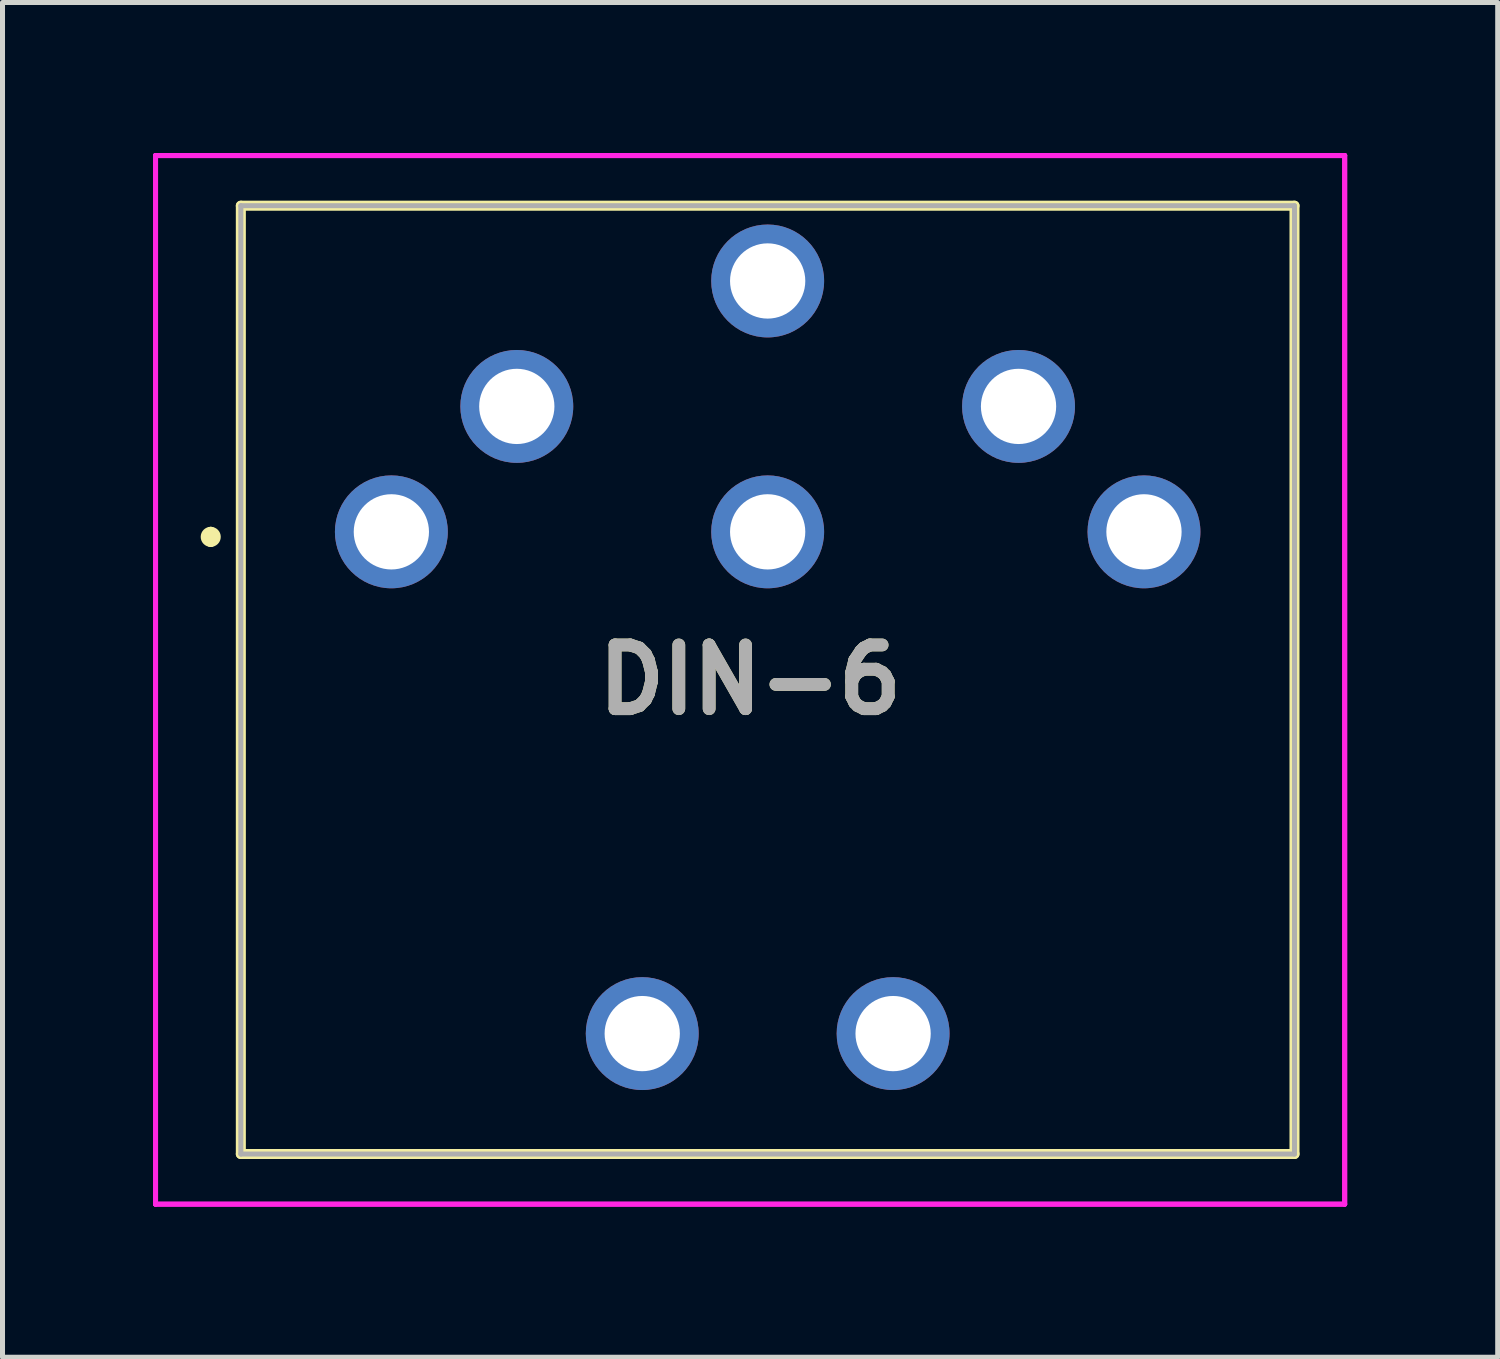
<source format=kicad_pcb>
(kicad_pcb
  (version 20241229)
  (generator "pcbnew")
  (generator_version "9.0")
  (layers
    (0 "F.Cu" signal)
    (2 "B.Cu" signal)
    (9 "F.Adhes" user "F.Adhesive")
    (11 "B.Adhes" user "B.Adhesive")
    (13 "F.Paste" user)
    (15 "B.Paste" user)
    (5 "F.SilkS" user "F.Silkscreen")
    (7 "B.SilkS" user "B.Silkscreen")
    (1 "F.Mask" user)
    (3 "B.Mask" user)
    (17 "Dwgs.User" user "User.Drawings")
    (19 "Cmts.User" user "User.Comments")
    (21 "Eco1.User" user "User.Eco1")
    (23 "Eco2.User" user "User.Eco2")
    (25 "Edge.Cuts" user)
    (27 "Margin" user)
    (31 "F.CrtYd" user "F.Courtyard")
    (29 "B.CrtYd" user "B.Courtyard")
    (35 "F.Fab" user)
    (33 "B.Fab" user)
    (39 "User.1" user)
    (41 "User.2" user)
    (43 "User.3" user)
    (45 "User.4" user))
  (footprint "DIN-6"
    (layer "F.Cu")
    (at 4.75 7.55)
    (property "Reference" "DIN-6" (at 7.15 2.95 0) (layer "F.SilkS") (effects (font (size 1.27 1.27) (thickness 0.254))))
    (attr through_hole)
    (fp_line (start -3.6 0) (end -3.6 0) (stroke (width 0.2) (type solid)) (layer "F.SilkS"))
    (fp_line (start -3.6 0.2) (end -3.6 0.2) (stroke (width 0.2) (type solid)) (layer "F.SilkS"))
    (fp_line (start -3 -6.5) (end 18 -6.5) (stroke (width 0.2) (type solid)) (layer "F.SilkS"))
    (fp_line (start -3 12.4) (end -3 -6.5) (stroke (width 0.2) (type solid)) (layer "F.SilkS"))
    (fp_line (start 18 -6.5) (end 18 12.4) (stroke (width 0.2) (type solid)) (layer "F.SilkS"))
    (fp_line (start 18 12.4) (end -3 12.4) (stroke (width 0.2) (type solid)) (layer "F.SilkS"))
    (fp_arc (start -3.6 0) (mid -3.5 0.1) (end -3.6 0.2) (stroke (width 0.2) (type solid)) (layer "F.SilkS"))
    (fp_arc (start -3.6 0.2) (mid -3.7 0.1) (end -3.6 0) (stroke (width 0.2) (type solid)) (layer "F.SilkS"))
    (fp_line (start -4.7 -7.5) (end 19 -7.5) (stroke (width 0.1) (type solid)) (layer "F.CrtYd"))
    (fp_line (start -4.7 -7.5) (end 19 -7.5) (stroke (width 0.1) (type solid)) (layer "F.CrtYd"))
    (fp_line (start -4.7 13.4) (end -4.7 -7.5) (stroke (width 0.1) (type solid)) (layer "F.CrtYd"))
    (fp_line (start -4.7 13.4) (end -4.7 -7.5) (stroke (width 0.1) (type solid)) (layer "F.CrtYd"))
    (fp_line (start 19 -7.5) (end 19 13.4) (stroke (width 0.1) (type solid)) (layer "F.CrtYd"))
    (fp_line (start 19 -7.5) (end 19 13.4) (stroke (width 0.1) (type solid)) (layer "F.CrtYd"))
    (fp_line (start 19 13.4) (end -4.7 13.4) (stroke (width 0.1) (type solid)) (layer "F.CrtYd"))
    (fp_line (start 19 13.4) (end -4.7 13.4) (stroke (width 0.1) (type solid)) (layer "F.CrtYd"))
    (fp_line (start -3 -6.5) (end -3 12.4) (stroke (width 0.1) (type solid)) (layer "F.Fab"))
    (fp_line (start -3 12.4) (end 18 12.4) (stroke (width 0.1) (type solid)) (layer "F.Fab"))
    (fp_line (start 18 -6.5) (end -3 -6.5) (stroke (width 0.1) (type solid)) (layer "F.Fab"))
    (fp_line (start 18 12.4) (end 18 -6.5) (stroke (width 0.1) (type solid)) (layer "F.Fab"))
    (fp_text user "${REFERENCE}" (at 7.15 2.95 0) (layer "F.Fab") (effects (font (size 1.27 1.27) (thickness 0.254))))
    (pad "" thru_hole circle (at 5 10) (size 2.25 2.25) (drill 1.5) (layers "*.Cu" "*.Mask"))
    (pad "" thru_hole circle (at 10 10) (size 2.25 2.25) (drill 1.5) (layers "*.Cu" "*.Mask"))
    (pad "1" thru_hole circle (at 15 0) (size 2.25 2.25) (drill 1.5) (layers "*.Cu" "*.Mask"))
    (pad "2" thru_hole circle (at 12.5 -2.5) (size 2.25 2.25) (drill 1.5) (layers "*.Cu" "*.Mask"))
    (pad "3" thru_hole circle (at 7.5 0) (size 2.25 2.25) (drill 1.5) (layers "*.Cu" "*.Mask"))
    (pad "4" thru_hole circle (at 2.5 -2.5) (size 2.25 2.25) (drill 1.5) (layers "*.Cu" "*.Mask"))
    (pad "5" thru_hole circle (at 0 0) (size 2.25 2.25) (drill 1.5) (layers "*.Cu" "*.Mask"))
    (pad "6" thru_hole circle (at 7.5 -5) (size 2.25 2.25) (drill 1.5) (layers "*.Cu" "*.Mask")))
  (gr_rect
    (start -3 -3)
    (end 26.8 24)
    (stroke (width 0.1) (type default))
    (fill no)
    (layer "Edge.Cuts")))
</source>
